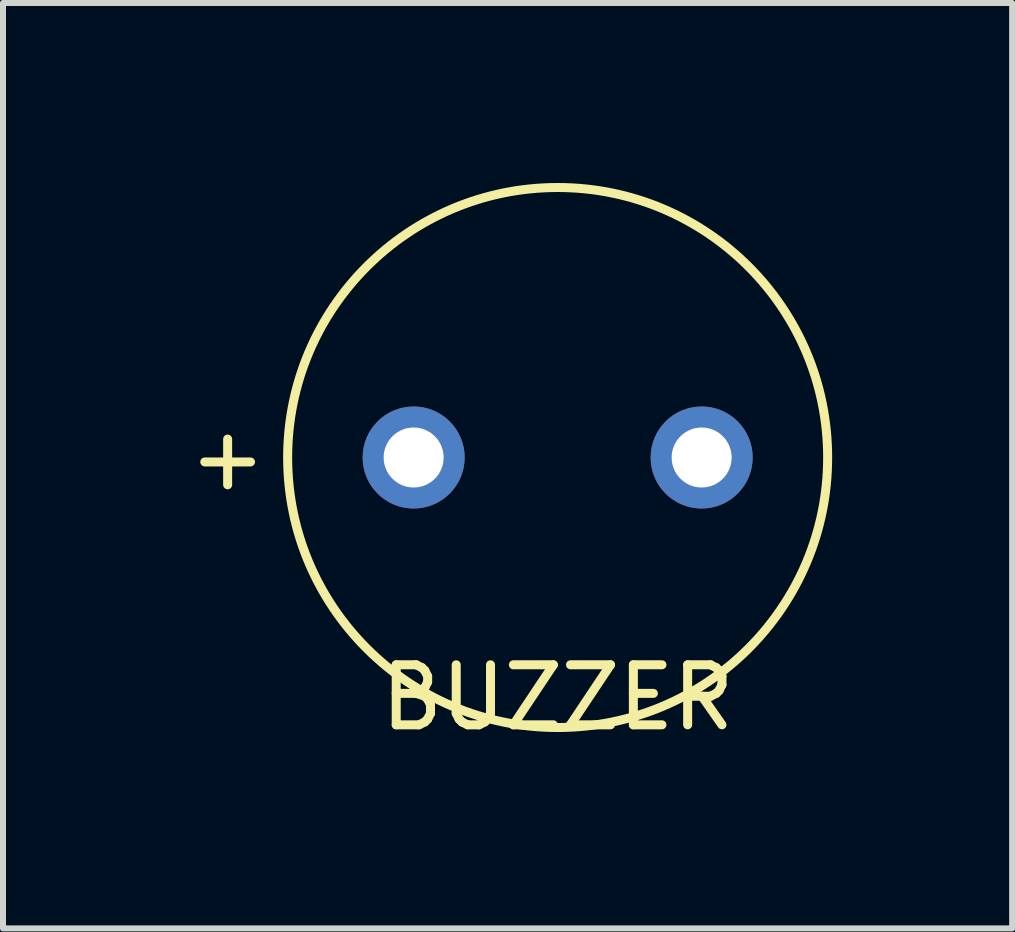
<source format=kicad_pcb>
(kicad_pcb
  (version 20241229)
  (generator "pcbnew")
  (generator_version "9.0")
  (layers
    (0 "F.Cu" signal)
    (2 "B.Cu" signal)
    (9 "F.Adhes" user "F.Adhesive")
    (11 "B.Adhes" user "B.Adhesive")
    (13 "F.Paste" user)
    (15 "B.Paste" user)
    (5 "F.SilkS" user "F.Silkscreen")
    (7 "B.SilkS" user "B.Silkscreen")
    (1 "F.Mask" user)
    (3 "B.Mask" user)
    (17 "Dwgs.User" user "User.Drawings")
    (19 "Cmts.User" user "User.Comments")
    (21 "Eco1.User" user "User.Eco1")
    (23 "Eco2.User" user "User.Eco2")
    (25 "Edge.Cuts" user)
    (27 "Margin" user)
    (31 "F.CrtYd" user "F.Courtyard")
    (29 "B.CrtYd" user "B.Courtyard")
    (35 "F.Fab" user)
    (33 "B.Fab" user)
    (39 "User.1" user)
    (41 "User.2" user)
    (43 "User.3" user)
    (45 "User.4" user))
  (footprint "BUZZER"
    (layer "F.Cu")
    (at 6.244 4.575)
    (property "Reference" "BUZZER" (at 0 4 0) (layer "F.SilkS") (effects (font (size 1 1) (thickness 0.15))))
    (attr through_hole)
    (fp_circle (center 0 0) (end 4.5 0) (stroke (width 0.15) (type solid)) (fill no) (layer "F.SilkS"))
    (fp_text user "+" (at -5.5 0 0) (layer "F.SilkS") (effects (font (size 1 1) (thickness 0.15))))
    (pad "1" thru_hole circle (at -2.4 0) (size 1.7 1.7) (drill 1) (layers "*.Cu" "*.Mask"))
    (pad "2" thru_hole circle (at 2.4 0) (size 1.7 1.7) (drill 1) (layers "*.Cu" "*.Mask")))
  (gr_rect
    (start -3 -3)
    (end 13.819 12.423)
    (stroke (width 0.1) (type default))
    (fill no)
    (layer "Edge.Cuts")))
</source>
